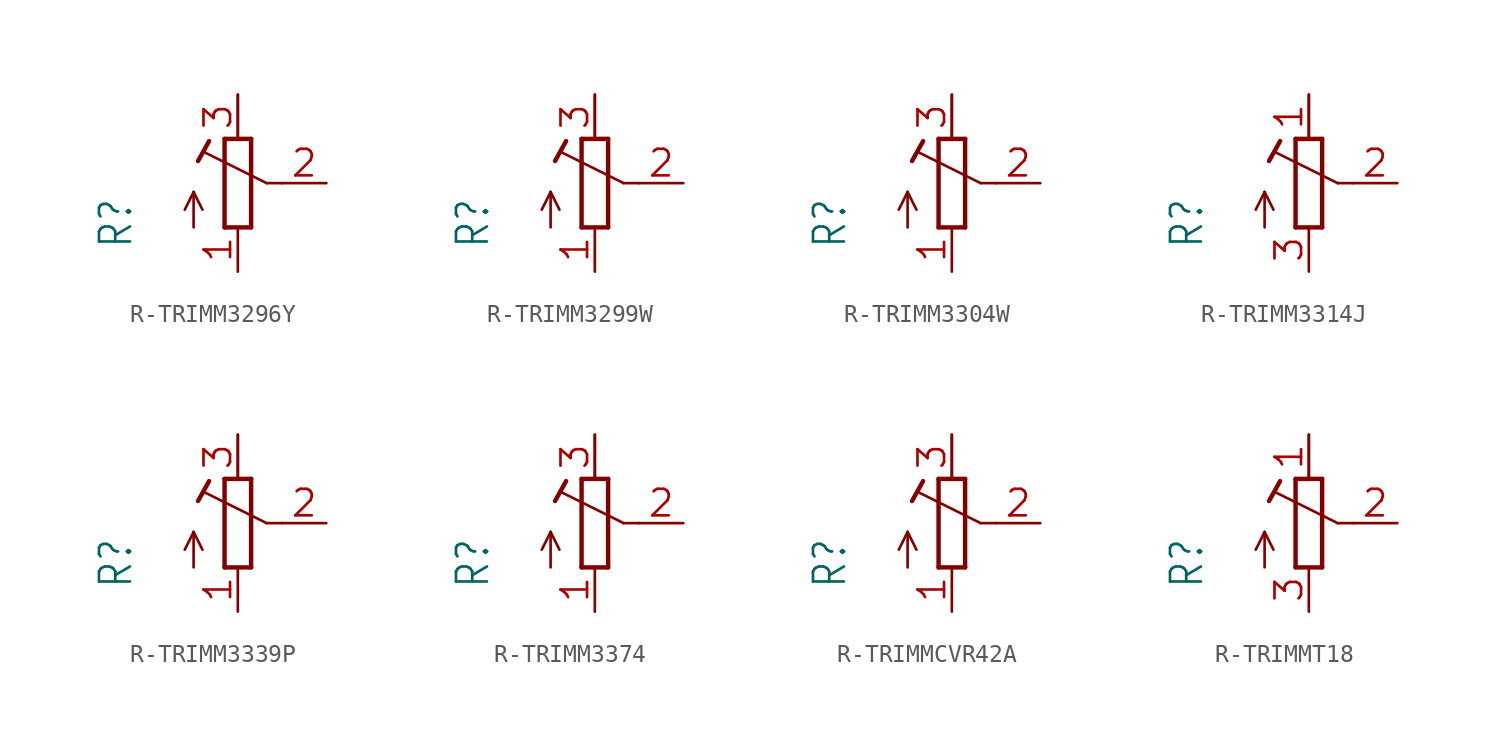
<source format=kicad_sym>
(kicad_symbol_lib
  (version 20241209)
  (generator "kicad_symbol_editor")
  (generator_version "9.0")
  (symbol "R-TRIMM3296Y"
    (property "Reference" "R"
      (at -5.969 -3.81 90)
      (effects (font (size 1.778 1.511)) (justify left bottom)))
    (property "Value" ""
      (at -3.81 -3.81 90)
      (effects (font (size 1.778 1.511)) (justify left bottom)))
    (property "ki_locked" ""
      (at 0 0 0)
      (effects (font (size 1.27 1.27))))
    (symbol "R-TRIMM3296Y_1_0"
      (polyline (pts (xy -2.54 -0.508) (xy -3.048 -1.524)) (stroke (width 0.152) (type solid)) (fill (type none)))
      (polyline (pts (xy -2.54 -0.508) (xy -2.032 -1.524)) (stroke (width 0.152) (type solid)) (fill (type none)))
      (polyline (pts (xy -2.54 -2.54) (xy -2.54 -0.508)) (stroke (width 0.152) (type solid)) (fill (type none)))
      (polyline (pts (xy -2.286 1.27) (xy -1.651 2.413)) (stroke (width 0.254) (type solid)) (fill (type none)))
      (polyline (pts (xy -0.762 2.54) (xy -0.762 -2.54)) (stroke (width 0.254) (type solid)) (fill (type none)))
      (polyline (pts (xy -0.762 -2.54) (xy 0.762 -2.54)) (stroke (width 0.254) (type solid)) (fill (type none)))
      (polyline (pts (xy 0 2.54) (xy -0.762 2.54)) (stroke (width 0.254) (type solid)) (fill (type none)))
      (polyline (pts (xy 0 2.54) (xy 0 5.08)) (stroke (width 0.152) (type solid)) (fill (type none)))
      (polyline (pts (xy 0.762 2.54) (xy 0 2.54)) (stroke (width 0.254) (type solid)) (fill (type none)))
      (polyline (pts (xy 0.762 -2.54) (xy 0.762 2.54)) (stroke (width 0.254) (type solid)) (fill (type none)))
      (polyline (pts (xy 1.651 0) (xy -1.88 1.753)) (stroke (width 0.152) (type solid)) (fill (type none)))
      (polyline (pts (xy 2.54 0) (xy 1.651 0)) (stroke (width 0.152) (type solid)) (fill (type none)))
      (pin passive line (at 0 5.08 270) (length 2.54) (name "E" (effects (font (size 0 0)))) (number "3" (effects (font (size 1.524 1.524)))))
      (pin passive line (at 0 -5.08 90) (length 2.54) (name "A" (effects (font (size 0 0)))) (number "1" (effects (font (size 1.524 1.524)))))
      (pin passive line (at 5.08 0 180) (length 2.54) (name "S" (effects (font (size 0 0)))) (number "2" (effects (font (size 1.524 1.524)))))))
  (symbol "R-TRIMM3299W"
    (property "Reference" "R"
      (at -5.969 -3.81 90)
      (effects (font (size 1.778 1.511)) (justify left bottom)))
    (property "Value" ""
      (at -3.81 -3.81 90)
      (effects (font (size 1.778 1.511)) (justify left bottom)))
    (property "ki_locked" ""
      (at 0 0 0)
      (effects (font (size 1.27 1.27))))
    (symbol "R-TRIMM3299W_1_0"
      (polyline (pts (xy -2.54 -0.508) (xy -3.048 -1.524)) (stroke (width 0.152) (type solid)) (fill (type none)))
      (polyline (pts (xy -2.54 -0.508) (xy -2.032 -1.524)) (stroke (width 0.152) (type solid)) (fill (type none)))
      (polyline (pts (xy -2.54 -2.54) (xy -2.54 -0.508)) (stroke (width 0.152) (type solid)) (fill (type none)))
      (polyline (pts (xy -2.286 1.27) (xy -1.651 2.413)) (stroke (width 0.254) (type solid)) (fill (type none)))
      (polyline (pts (xy -0.762 2.54) (xy -0.762 -2.54)) (stroke (width 0.254) (type solid)) (fill (type none)))
      (polyline (pts (xy -0.762 -2.54) (xy 0.762 -2.54)) (stroke (width 0.254) (type solid)) (fill (type none)))
      (polyline (pts (xy 0 2.54) (xy -0.762 2.54)) (stroke (width 0.254) (type solid)) (fill (type none)))
      (polyline (pts (xy 0 2.54) (xy 0 5.08)) (stroke (width 0.152) (type solid)) (fill (type none)))
      (polyline (pts (xy 0.762 2.54) (xy 0 2.54)) (stroke (width 0.254) (type solid)) (fill (type none)))
      (polyline (pts (xy 0.762 -2.54) (xy 0.762 2.54)) (stroke (width 0.254) (type solid)) (fill (type none)))
      (polyline (pts (xy 1.651 0) (xy -1.88 1.753)) (stroke (width 0.152) (type solid)) (fill (type none)))
      (polyline (pts (xy 2.54 0) (xy 1.651 0)) (stroke (width 0.152) (type solid)) (fill (type none)))
      (pin passive line (at 0 5.08 270) (length 2.54) (name "E" (effects (font (size 0 0)))) (number "3" (effects (font (size 1.524 1.524)))))
      (pin passive line (at 0 -5.08 90) (length 2.54) (name "A" (effects (font (size 0 0)))) (number "1" (effects (font (size 1.524 1.524)))))
      (pin passive line (at 5.08 0 180) (length 2.54) (name "S" (effects (font (size 0 0)))) (number "2" (effects (font (size 1.524 1.524)))))))
  (symbol "R-TRIMM3304W"
    (property "Reference" "R"
      (at -5.969 -3.81 90)
      (effects (font (size 1.778 1.511)) (justify left bottom)))
    (property "Value" ""
      (at -3.81 -3.81 90)
      (effects (font (size 1.778 1.511)) (justify left bottom)))
    (property "ki_locked" ""
      (at 0 0 0)
      (effects (font (size 1.27 1.27))))
    (symbol "R-TRIMM3304W_1_0"
      (polyline (pts (xy -2.54 -0.508) (xy -3.048 -1.524)) (stroke (width 0.152) (type solid)) (fill (type none)))
      (polyline (pts (xy -2.54 -0.508) (xy -2.032 -1.524)) (stroke (width 0.152) (type solid)) (fill (type none)))
      (polyline (pts (xy -2.54 -2.54) (xy -2.54 -0.508)) (stroke (width 0.152) (type solid)) (fill (type none)))
      (polyline (pts (xy -2.286 1.27) (xy -1.651 2.413)) (stroke (width 0.254) (type solid)) (fill (type none)))
      (polyline (pts (xy -0.762 2.54) (xy -0.762 -2.54)) (stroke (width 0.254) (type solid)) (fill (type none)))
      (polyline (pts (xy -0.762 -2.54) (xy 0.762 -2.54)) (stroke (width 0.254) (type solid)) (fill (type none)))
      (polyline (pts (xy 0 2.54) (xy -0.762 2.54)) (stroke (width 0.254) (type solid)) (fill (type none)))
      (polyline (pts (xy 0 2.54) (xy 0 5.08)) (stroke (width 0.152) (type solid)) (fill (type none)))
      (polyline (pts (xy 0.762 2.54) (xy 0 2.54)) (stroke (width 0.254) (type solid)) (fill (type none)))
      (polyline (pts (xy 0.762 -2.54) (xy 0.762 2.54)) (stroke (width 0.254) (type solid)) (fill (type none)))
      (polyline (pts (xy 1.651 0) (xy -1.88 1.753)) (stroke (width 0.152) (type solid)) (fill (type none)))
      (polyline (pts (xy 2.54 0) (xy 1.651 0)) (stroke (width 0.152) (type solid)) (fill (type none)))
      (pin passive line (at 0 5.08 270) (length 2.54) (name "E" (effects (font (size 0 0)))) (number "3" (effects (font (size 1.524 1.524)))))
      (pin passive line (at 0 -5.08 90) (length 2.54) (name "A" (effects (font (size 0 0)))) (number "1" (effects (font (size 1.524 1.524)))))
      (pin passive line (at 5.08 0 180) (length 2.54) (name "S" (effects (font (size 0 0)))) (number "2" (effects (font (size 1.524 1.524)))))))
  (symbol "R-TRIMM3314J"
    (property "Reference" "R"
      (at -5.969 -3.81 90)
      (effects (font (size 1.778 1.511)) (justify left bottom)))
    (property "Value" ""
      (at -3.81 -3.81 90)
      (effects (font (size 1.778 1.511)) (justify left bottom)))
    (property "ki_locked" ""
      (at 0 0 0)
      (effects (font (size 1.27 1.27))))
    (symbol "R-TRIMM3314J_1_0"
      (polyline (pts (xy -2.54 -0.508) (xy -3.048 -1.524)) (stroke (width 0.152) (type solid)) (fill (type none)))
      (polyline (pts (xy -2.54 -0.508) (xy -2.032 -1.524)) (stroke (width 0.152) (type solid)) (fill (type none)))
      (polyline (pts (xy -2.54 -2.54) (xy -2.54 -0.508)) (stroke (width 0.152) (type solid)) (fill (type none)))
      (polyline (pts (xy -2.286 1.27) (xy -1.651 2.413)) (stroke (width 0.254) (type solid)) (fill (type none)))
      (polyline (pts (xy -0.762 2.54) (xy -0.762 -2.54)) (stroke (width 0.254) (type solid)) (fill (type none)))
      (polyline (pts (xy -0.762 -2.54) (xy 0.762 -2.54)) (stroke (width 0.254) (type solid)) (fill (type none)))
      (polyline (pts (xy 0 2.54) (xy -0.762 2.54)) (stroke (width 0.254) (type solid)) (fill (type none)))
      (polyline (pts (xy 0 2.54) (xy 0 5.08)) (stroke (width 0.152) (type solid)) (fill (type none)))
      (polyline (pts (xy 0.762 2.54) (xy 0 2.54)) (stroke (width 0.254) (type solid)) (fill (type none)))
      (polyline (pts (xy 0.762 -2.54) (xy 0.762 2.54)) (stroke (width 0.254) (type solid)) (fill (type none)))
      (polyline (pts (xy 1.651 0) (xy -1.88 1.753)) (stroke (width 0.152) (type solid)) (fill (type none)))
      (polyline (pts (xy 2.54 0) (xy 1.651 0)) (stroke (width 0.152) (type solid)) (fill (type none)))
      (pin passive line (at 0 5.08 270) (length 2.54) (name "E" (effects (font (size 0 0)))) (number "1" (effects (font (size 1.524 1.524)))))
      (pin passive line (at 0 -5.08 90) (length 2.54) (name "A" (effects (font (size 0 0)))) (number "3" (effects (font (size 1.524 1.524)))))
      (pin passive line (at 5.08 0 180) (length 2.54) (name "S" (effects (font (size 0 0)))) (number "2" (effects (font (size 1.524 1.524)))))))
  (symbol "R-TRIMM3339P"
    (property "Reference" "R"
      (at -5.969 -3.81 90)
      (effects (font (size 1.778 1.511)) (justify left bottom)))
    (property "Value" ""
      (at -3.81 -3.81 90)
      (effects (font (size 1.778 1.511)) (justify left bottom)))
    (property "ki_locked" ""
      (at 0 0 0)
      (effects (font (size 1.27 1.27))))
    (symbol "R-TRIMM3339P_1_0"
      (polyline (pts (xy -2.54 -0.508) (xy -3.048 -1.524)) (stroke (width 0.152) (type solid)) (fill (type none)))
      (polyline (pts (xy -2.54 -0.508) (xy -2.032 -1.524)) (stroke (width 0.152) (type solid)) (fill (type none)))
      (polyline (pts (xy -2.54 -2.54) (xy -2.54 -0.508)) (stroke (width 0.152) (type solid)) (fill (type none)))
      (polyline (pts (xy -2.286 1.27) (xy -1.651 2.413)) (stroke (width 0.254) (type solid)) (fill (type none)))
      (polyline (pts (xy -0.762 2.54) (xy -0.762 -2.54)) (stroke (width 0.254) (type solid)) (fill (type none)))
      (polyline (pts (xy -0.762 -2.54) (xy 0.762 -2.54)) (stroke (width 0.254) (type solid)) (fill (type none)))
      (polyline (pts (xy 0 2.54) (xy -0.762 2.54)) (stroke (width 0.254) (type solid)) (fill (type none)))
      (polyline (pts (xy 0 2.54) (xy 0 5.08)) (stroke (width 0.152) (type solid)) (fill (type none)))
      (polyline (pts (xy 0.762 2.54) (xy 0 2.54)) (stroke (width 0.254) (type solid)) (fill (type none)))
      (polyline (pts (xy 0.762 -2.54) (xy 0.762 2.54)) (stroke (width 0.254) (type solid)) (fill (type none)))
      (polyline (pts (xy 1.651 0) (xy -1.88 1.753)) (stroke (width 0.152) (type solid)) (fill (type none)))
      (polyline (pts (xy 2.54 0) (xy 1.651 0)) (stroke (width 0.152) (type solid)) (fill (type none)))
      (pin passive line (at 0 5.08 270) (length 2.54) (name "E" (effects (font (size 0 0)))) (number "3" (effects (font (size 1.524 1.524)))))
      (pin passive line (at 0 -5.08 90) (length 2.54) (name "A" (effects (font (size 0 0)))) (number "1" (effects (font (size 1.524 1.524)))))
      (pin passive line (at 5.08 0 180) (length 2.54) (name "S" (effects (font (size 0 0)))) (number "2" (effects (font (size 1.524 1.524)))))))
  (symbol "R-TRIMM3374"
    (property "Reference" "R"
      (at -5.969 -3.81 90)
      (effects (font (size 1.778 1.511)) (justify left bottom)))
    (property "Value" ""
      (at -3.81 -3.81 90)
      (effects (font (size 1.778 1.511)) (justify left bottom)))
    (property "ki_locked" ""
      (at 0 0 0)
      (effects (font (size 1.27 1.27))))
    (symbol "R-TRIMM3374_1_0"
      (polyline (pts (xy -2.54 -0.508) (xy -3.048 -1.524)) (stroke (width 0.152) (type solid)) (fill (type none)))
      (polyline (pts (xy -2.54 -0.508) (xy -2.032 -1.524)) (stroke (width 0.152) (type solid)) (fill (type none)))
      (polyline (pts (xy -2.54 -2.54) (xy -2.54 -0.508)) (stroke (width 0.152) (type solid)) (fill (type none)))
      (polyline (pts (xy -2.286 1.27) (xy -1.651 2.413)) (stroke (width 0.254) (type solid)) (fill (type none)))
      (polyline (pts (xy -0.762 2.54) (xy -0.762 -2.54)) (stroke (width 0.254) (type solid)) (fill (type none)))
      (polyline (pts (xy -0.762 -2.54) (xy 0.762 -2.54)) (stroke (width 0.254) (type solid)) (fill (type none)))
      (polyline (pts (xy 0 2.54) (xy -0.762 2.54)) (stroke (width 0.254) (type solid)) (fill (type none)))
      (polyline (pts (xy 0 2.54) (xy 0 5.08)) (stroke (width 0.152) (type solid)) (fill (type none)))
      (polyline (pts (xy 0.762 2.54) (xy 0 2.54)) (stroke (width 0.254) (type solid)) (fill (type none)))
      (polyline (pts (xy 0.762 -2.54) (xy 0.762 2.54)) (stroke (width 0.254) (type solid)) (fill (type none)))
      (polyline (pts (xy 1.651 0) (xy -1.88 1.753)) (stroke (width 0.152) (type solid)) (fill (type none)))
      (polyline (pts (xy 2.54 0) (xy 1.651 0)) (stroke (width 0.152) (type solid)) (fill (type none)))
      (pin passive line (at 0 5.08 270) (length 2.54) (name "E" (effects (font (size 0 0)))) (number "3" (effects (font (size 1.524 1.524)))))
      (pin passive line (at 0 -5.08 90) (length 2.54) (name "A" (effects (font (size 0 0)))) (number "1" (effects (font (size 1.524 1.524)))))
      (pin passive line (at 5.08 0 180) (length 2.54) (name "S" (effects (font (size 0 0)))) (number "2" (effects (font (size 1.524 1.524)))))))
  (symbol "R-TRIMMCVR42A"
    (property "Reference" "R"
      (at -5.969 -3.81 90)
      (effects (font (size 1.778 1.511)) (justify left bottom)))
    (property "Value" ""
      (at -3.81 -3.81 90)
      (effects (font (size 1.778 1.511)) (justify left bottom)))
    (property "ki_locked" ""
      (at 0 0 0)
      (effects (font (size 1.27 1.27))))
    (symbol "R-TRIMMCVR42A_1_0"
      (polyline (pts (xy -2.54 -0.508) (xy -3.048 -1.524)) (stroke (width 0.152) (type solid)) (fill (type none)))
      (polyline (pts (xy -2.54 -0.508) (xy -2.032 -1.524)) (stroke (width 0.152) (type solid)) (fill (type none)))
      (polyline (pts (xy -2.54 -2.54) (xy -2.54 -0.508)) (stroke (width 0.152) (type solid)) (fill (type none)))
      (polyline (pts (xy -2.286 1.27) (xy -1.651 2.413)) (stroke (width 0.254) (type solid)) (fill (type none)))
      (polyline (pts (xy -0.762 2.54) (xy -0.762 -2.54)) (stroke (width 0.254) (type solid)) (fill (type none)))
      (polyline (pts (xy -0.762 -2.54) (xy 0.762 -2.54)) (stroke (width 0.254) (type solid)) (fill (type none)))
      (polyline (pts (xy 0 2.54) (xy -0.762 2.54)) (stroke (width 0.254) (type solid)) (fill (type none)))
      (polyline (pts (xy 0 2.54) (xy 0 5.08)) (stroke (width 0.152) (type solid)) (fill (type none)))
      (polyline (pts (xy 0.762 2.54) (xy 0 2.54)) (stroke (width 0.254) (type solid)) (fill (type none)))
      (polyline (pts (xy 0.762 -2.54) (xy 0.762 2.54)) (stroke (width 0.254) (type solid)) (fill (type none)))
      (polyline (pts (xy 1.651 0) (xy -1.88 1.753)) (stroke (width 0.152) (type solid)) (fill (type none)))
      (polyline (pts (xy 2.54 0) (xy 1.651 0)) (stroke (width 0.152) (type solid)) (fill (type none)))
      (pin passive line (at 0 5.08 270) (length 2.54) (name "E" (effects (font (size 0 0)))) (number "3" (effects (font (size 1.524 1.524)))))
      (pin passive line (at 0 -5.08 90) (length 2.54) (name "A" (effects (font (size 0 0)))) (number "1" (effects (font (size 1.524 1.524)))))
      (pin passive line (at 5.08 0 180) (length 2.54) (name "S" (effects (font (size 0 0)))) (number "2" (effects (font (size 1.524 1.524)))))))
  (symbol "R-TRIMMT18"
    (property "Reference" "R"
      (at -5.969 -3.81 90)
      (effects (font (size 1.778 1.511)) (justify left bottom)))
    (property "Value" ""
      (at -3.81 -3.81 90)
      (effects (font (size 1.778 1.511)) (justify left bottom)))
    (property "ki_locked" ""
      (at 0 0 0)
      (effects (font (size 1.27 1.27))))
    (symbol "R-TRIMMT18_1_0"
      (polyline (pts (xy -2.54 -0.508) (xy -3.048 -1.524)) (stroke (width 0.152) (type solid)) (fill (type none)))
      (polyline (pts (xy -2.54 -0.508) (xy -2.032 -1.524)) (stroke (width 0.152) (type solid)) (fill (type none)))
      (polyline (pts (xy -2.54 -2.54) (xy -2.54 -0.508)) (stroke (width 0.152) (type solid)) (fill (type none)))
      (polyline (pts (xy -2.286 1.27) (xy -1.651 2.413)) (stroke (width 0.254) (type solid)) (fill (type none)))
      (polyline (pts (xy -0.762 2.54) (xy -0.762 -2.54)) (stroke (width 0.254) (type solid)) (fill (type none)))
      (polyline (pts (xy -0.762 -2.54) (xy 0.762 -2.54)) (stroke (width 0.254) (type solid)) (fill (type none)))
      (polyline (pts (xy 0 2.54) (xy -0.762 2.54)) (stroke (width 0.254) (type solid)) (fill (type none)))
      (polyline (pts (xy 0 2.54) (xy 0 5.08)) (stroke (width 0.152) (type solid)) (fill (type none)))
      (polyline (pts (xy 0.762 2.54) (xy 0 2.54)) (stroke (width 0.254) (type solid)) (fill (type none)))
      (polyline (pts (xy 0.762 -2.54) (xy 0.762 2.54)) (stroke (width 0.254) (type solid)) (fill (type none)))
      (polyline (pts (xy 1.651 0) (xy -1.88 1.753)) (stroke (width 0.152) (type solid)) (fill (type none)))
      (polyline (pts (xy 2.54 0) (xy 1.651 0)) (stroke (width 0.152) (type solid)) (fill (type none)))
      (pin passive line (at 0 5.08 270) (length 2.54) (name "E" (effects (font (size 0 0)))) (number "1" (effects (font (size 1.524 1.524)))))
      (pin passive line (at 0 -5.08 90) (length 2.54) (name "A" (effects (font (size 0 0)))) (number "3" (effects (font (size 1.524 1.524)))))
      (pin passive line (at 5.08 0 180) (length 2.54) (name "S" (effects (font (size 0 0)))) (number "2" (effects (font (size 1.524 1.524))))))))
</source>
